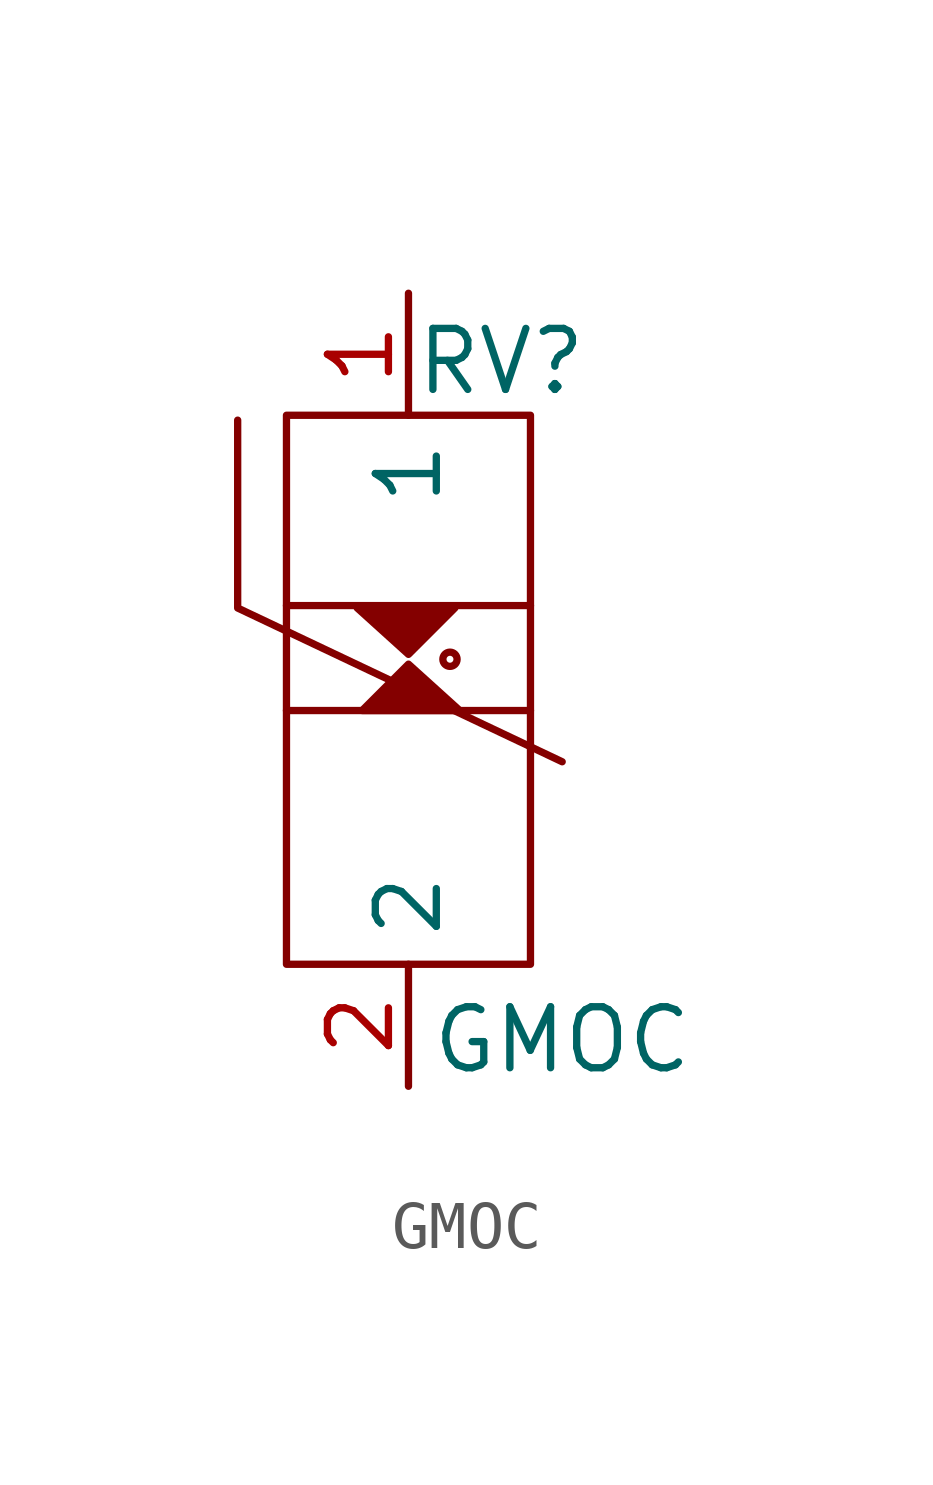
<source format=kicad_sym>
(kicad_symbol_lib
  (version 20211014)
  (generator kicad_symbol_editor)
  (symbol "GMOC"
    (property "Reference" "RV"
      (at 1.93 6.198 0)
      (effects (font (size 1.27 1.27))))
    (property "Value" "GMOC"
      (at 3.2 -7.925 0)
      (effects (font (size 1.27 1.27))))
    (symbol "GMOC_0_1"
      (rectangle (start -2.54 5.08) (end 2.54 -6.35) (stroke (width 0) (type default) (color 0 0 0 0)) (fill (type none)))
      (polyline (pts (xy -3.556 4.978) (xy -3.556 1.067) (xy 3.2 -2.134)) (stroke (width 0) (type default) (color 0 0 0 0)) (fill (type none)))
      (polyline (pts (xy -2.54 -1.067) (xy 2.54 -1.067) (xy 2.54 -1.067)) (stroke (width 0) (type default) (color 0 0 0 0)) (fill (type none)))
      (polyline (pts (xy -2.54 1.118) (xy 2.54 1.118) (xy 2.54 1.118)) (stroke (width 0) (type default) (color 0 0 0 0)) (fill (type none)))
      (polyline (pts (xy -1.067 1.067) (xy 0.965 1.067) (xy 0 0.102) (xy -1.067 1.067)) (stroke (width 0) (type default) (color 0 0 0 0)) (fill (type outline)))
      (polyline (pts (xy 1.067 -1.067) (xy -0.965 -1.067) (xy 0 -0.102) (xy 1.067 -1.067)) (stroke (width 0) (type default) (color 0 0 0 0)) (fill (type outline)))
      (circle (center 0.864 0) (radius 0.072) (stroke (width 0) (type default) (color 0 0 0 0)) (fill (type none))))
    (symbol "GMOC_1_1"
      (pin passive line (at 0 7.62 270) (length 2.54) (name "1" (effects (font (size 1.27 1.27)))) (number "1" (effects (font (size 1.27 1.27)))))
      (pin passive line (at 0 -8.89 90) (length 2.54) (name "2" (effects (font (size 1.27 1.27)))) (number "2" (effects (font (size 1.27 1.27))))))))
</source>
